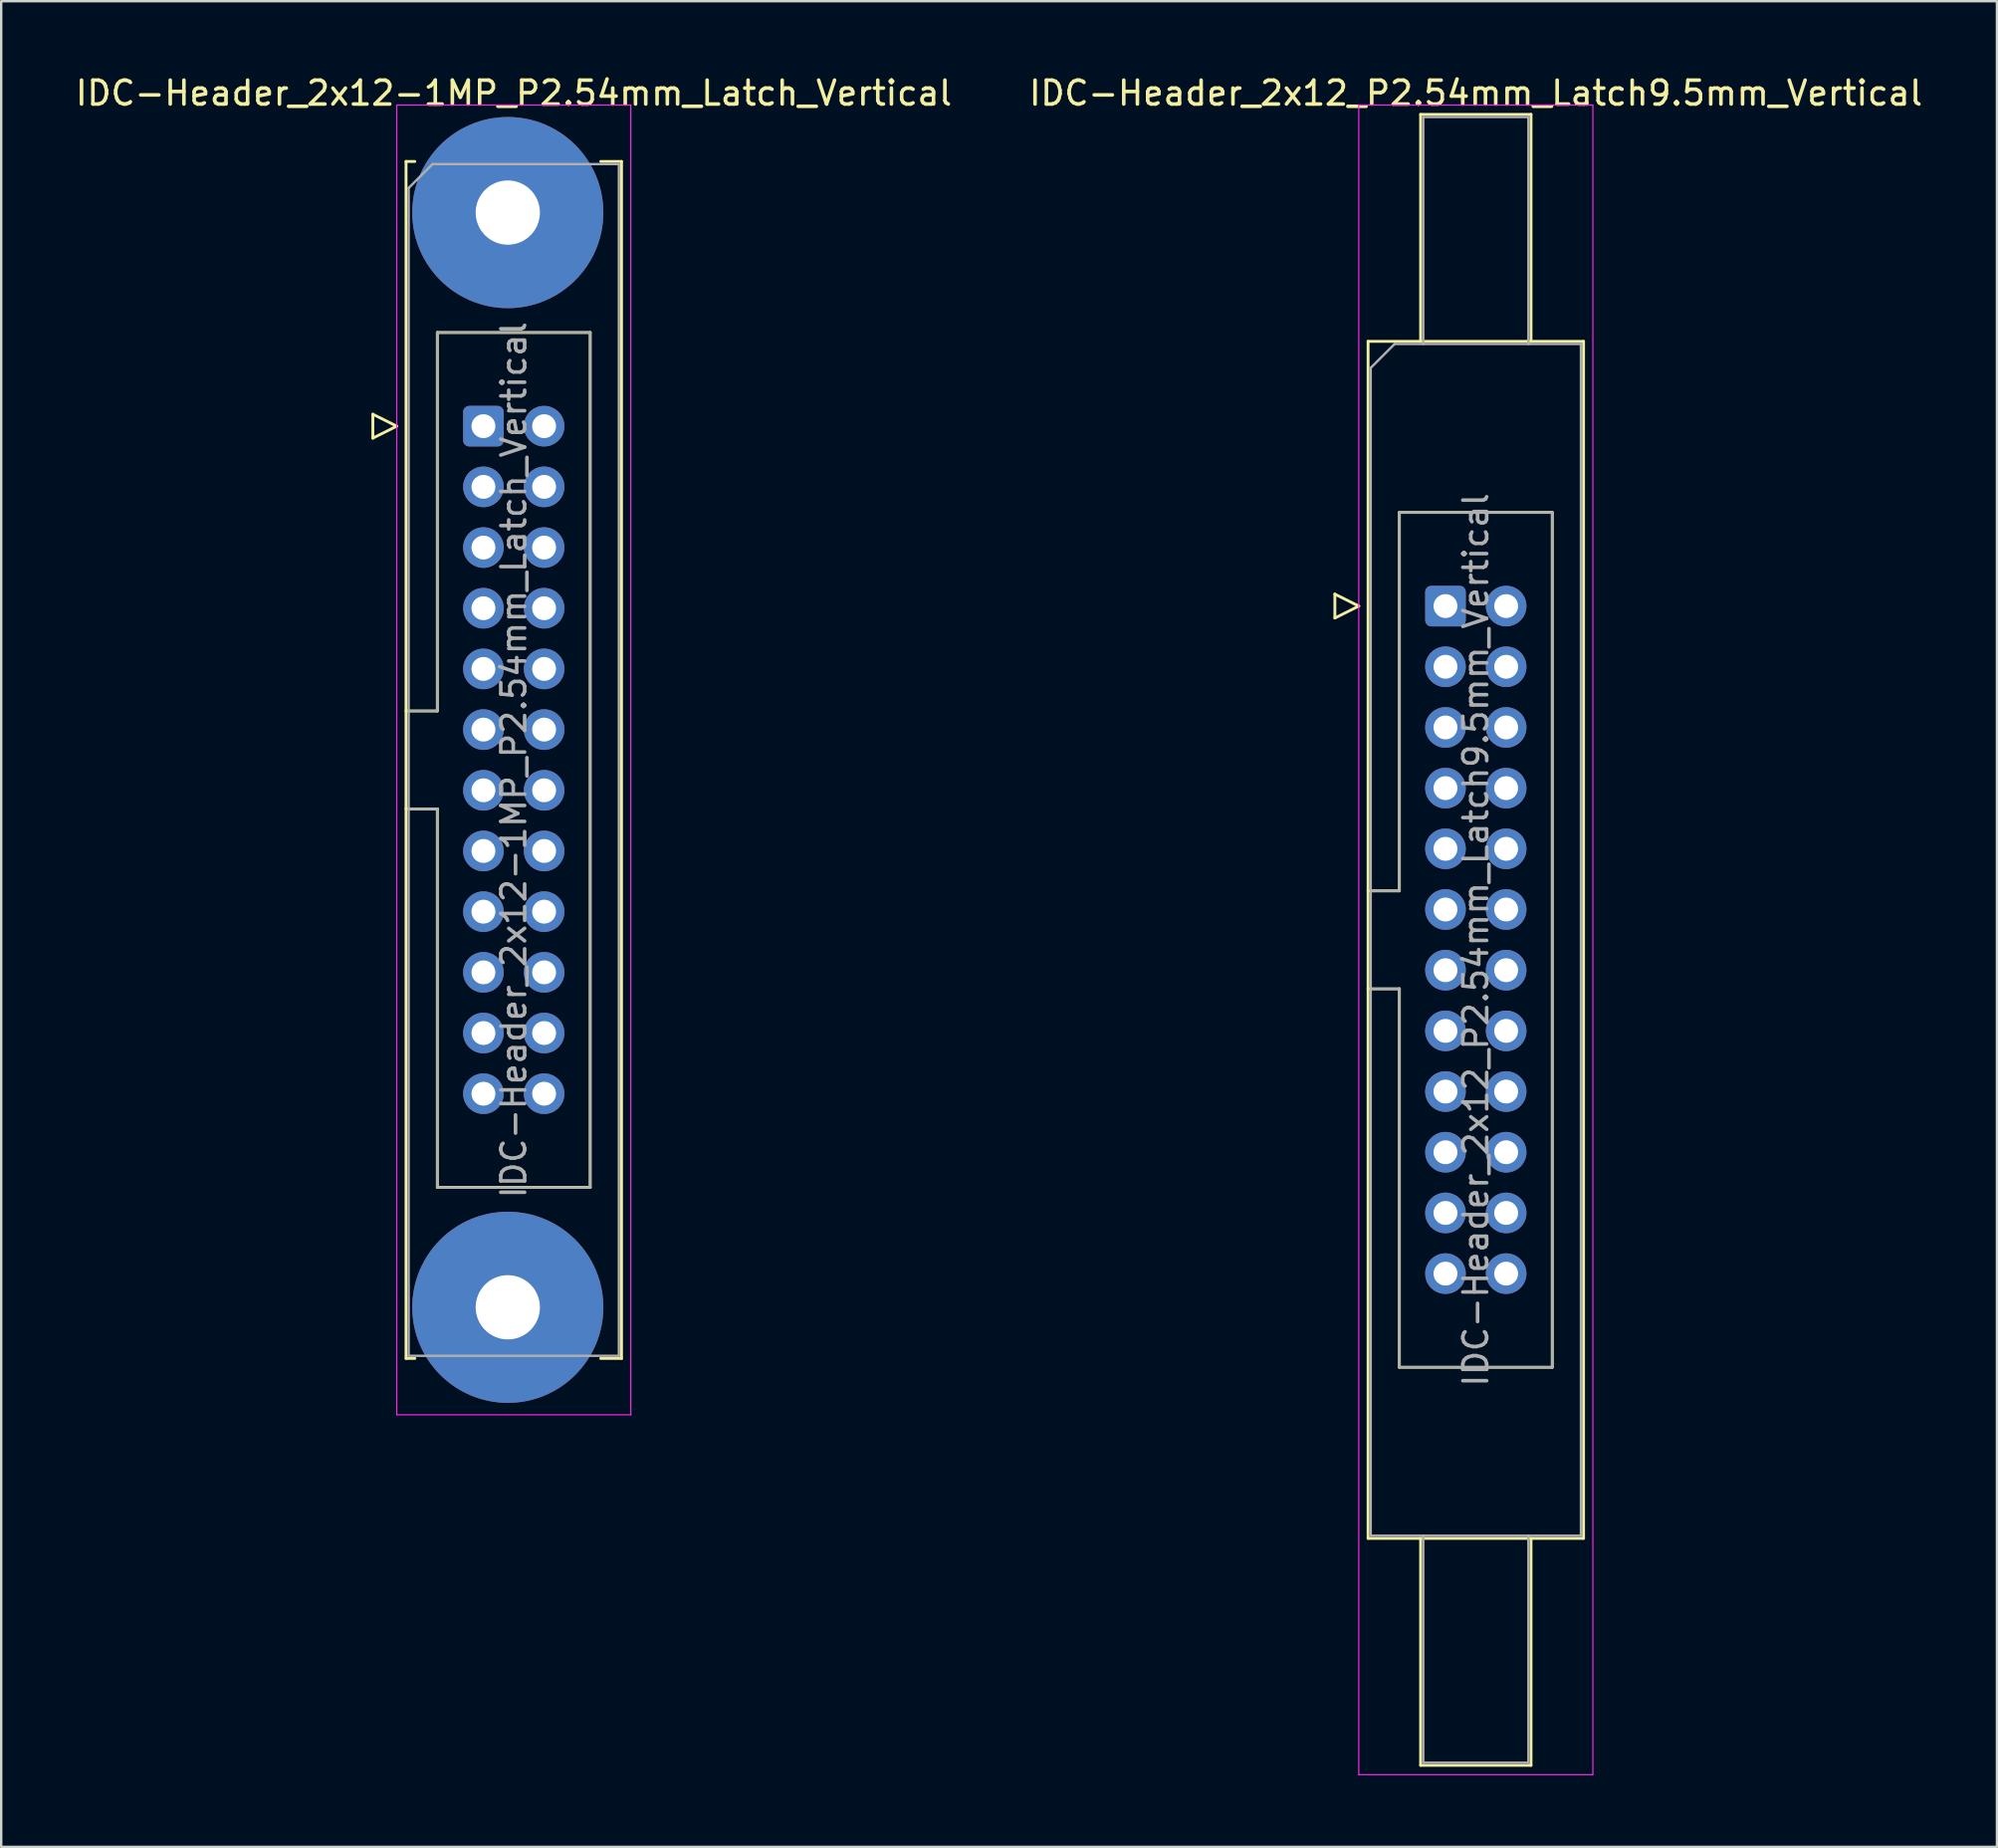
<source format=kicad_pcb>
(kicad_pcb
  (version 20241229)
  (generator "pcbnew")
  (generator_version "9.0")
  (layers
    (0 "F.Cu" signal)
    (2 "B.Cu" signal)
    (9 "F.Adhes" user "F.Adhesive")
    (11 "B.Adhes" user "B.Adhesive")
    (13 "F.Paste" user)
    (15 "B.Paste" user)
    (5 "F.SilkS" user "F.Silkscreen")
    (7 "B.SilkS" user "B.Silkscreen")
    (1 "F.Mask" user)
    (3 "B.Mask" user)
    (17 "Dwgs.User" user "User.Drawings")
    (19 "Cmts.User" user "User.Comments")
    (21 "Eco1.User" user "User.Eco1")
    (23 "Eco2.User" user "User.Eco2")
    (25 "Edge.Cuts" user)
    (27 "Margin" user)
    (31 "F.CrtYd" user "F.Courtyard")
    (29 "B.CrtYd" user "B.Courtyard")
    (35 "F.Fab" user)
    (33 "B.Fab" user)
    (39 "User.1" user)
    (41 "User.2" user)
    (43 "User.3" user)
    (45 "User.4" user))
  (footprint "IDC-Header_2x12-1MP_P2.54mm_Latch_Vertical"
    (layer "F.Cu")
    (at 17.188 14.788)
    (property "Reference" "IDC-Header_2x12-1MP_P2.54mm_Latch_Vertical" (at 1.27 -13.94 0) (layer "F.SilkS") (effects (font (size 1 1) (thickness 0.15))))
    (attr through_hole)
    (fp_line (start -4.63 -0.5) (end -4.63 0.5) (stroke (width 0.12) (type solid)) (layer "F.SilkS"))
    (fp_line (start -4.63 0.5) (end -3.63 0) (stroke (width 0.12) (type solid)) (layer "F.SilkS"))
    (fp_line (start -3.63 0) (end -4.63 -0.5) (stroke (width 0.12) (type solid)) (layer "F.SilkS"))
    (fp_line (start -3.24 -11.08) (end -3.24 39.02) (stroke (width 0.12) (type solid)) (layer "F.SilkS"))
    (fp_line (start -3.24 11.92) (end -1.93 11.92) (stroke (width 0.12) (type solid)) (layer "F.SilkS"))
    (fp_line (start -3.24 39.02) (end -2.87 39.02) (stroke (width 0.12) (type solid)) (layer "F.SilkS"))
    (fp_line (start -2.87 -11.08) (end -3.24 -11.08) (stroke (width 0.12) (type solid)) (layer "F.SilkS"))
    (fp_line (start -1.93 -3.92) (end 4.47 -3.92) (stroke (width 0.12) (type solid)) (layer "F.SilkS"))
    (fp_line (start -1.93 11.92) (end -1.93 -3.92) (stroke (width 0.12) (type solid)) (layer "F.SilkS"))
    (fp_line (start -1.93 16.02) (end -3.24 16.02) (stroke (width 0.12) (type solid)) (layer "F.SilkS"))
    (fp_line (start -1.93 16.02) (end -1.93 16.02) (stroke (width 0.12) (type solid)) (layer "F.SilkS"))
    (fp_line (start -1.93 31.86) (end -1.93 16.02) (stroke (width 0.12) (type solid)) (layer "F.SilkS"))
    (fp_line (start 4.47 -3.92) (end 4.47 31.86) (stroke (width 0.12) (type solid)) (layer "F.SilkS"))
    (fp_line (start 4.47 31.86) (end -1.93 31.86) (stroke (width 0.12) (type solid)) (layer "F.SilkS"))
    (fp_line (start 4.91 -11.08) (end 5.78 -11.08) (stroke (width 0.12) (type solid)) (layer "F.SilkS"))
    (fp_line (start 5.78 -11.08) (end 5.78 39.02) (stroke (width 0.12) (type solid)) (layer "F.SilkS"))
    (fp_line (start 5.78 39.02) (end 4.91 39.02) (stroke (width 0.12) (type solid)) (layer "F.SilkS"))
    (fp_line (start -3.63 -13.44) (end -3.63 41.38) (stroke (width 0.05) (type solid)) (layer "F.CrtYd"))
    (fp_line (start -3.63 41.38) (end 6.17 41.38) (stroke (width 0.05) (type solid)) (layer "F.CrtYd"))
    (fp_line (start 6.17 -13.44) (end -3.63 -13.44) (stroke (width 0.05) (type solid)) (layer "F.CrtYd"))
    (fp_line (start 6.17 41.38) (end 6.17 -13.44) (stroke (width 0.05) (type solid)) (layer "F.CrtYd"))
    (fp_line (start -3.13 -9.97) (end -2.13 -10.97) (stroke (width 0.1) (type solid)) (layer "F.Fab"))
    (fp_line (start -3.13 11.92) (end -1.93 11.92) (stroke (width 0.1) (type solid)) (layer "F.Fab"))
    (fp_line (start -3.13 38.91) (end -3.13 -9.97) (stroke (width 0.1) (type solid)) (layer "F.Fab"))
    (fp_line (start -2.13 -10.97) (end 5.67 -10.97) (stroke (width 0.1) (type solid)) (layer "F.Fab"))
    (fp_line (start -1.93 -3.92) (end 4.47 -3.92) (stroke (width 0.1) (type solid)) (layer "F.Fab"))
    (fp_line (start -1.93 11.92) (end -1.93 -3.92) (stroke (width 0.1) (type solid)) (layer "F.Fab"))
    (fp_line (start -1.93 16.02) (end -3.13 16.02) (stroke (width 0.1) (type solid)) (layer "F.Fab"))
    (fp_line (start -1.93 16.02) (end -1.93 16.02) (stroke (width 0.1) (type solid)) (layer "F.Fab"))
    (fp_line (start -1.93 31.86) (end -1.93 16.02) (stroke (width 0.1) (type solid)) (layer "F.Fab"))
    (fp_line (start 4.47 -3.92) (end 4.47 31.86) (stroke (width 0.1) (type solid)) (layer "F.Fab"))
    (fp_line (start 4.47 31.86) (end -1.93 31.86) (stroke (width 0.1) (type solid)) (layer "F.Fab"))
    (fp_line (start 5.67 -10.97) (end 5.67 38.91) (stroke (width 0.1) (type solid)) (layer "F.Fab"))
    (fp_line (start 5.67 38.91) (end -3.13 38.91) (stroke (width 0.1) (type solid)) (layer "F.Fab"))
    (fp_text user "${REFERENCE}" (at 1.27 13.97 90) (layer "F.Fab") (effects (font (size 1 1) (thickness 0.15))))
    (pad "1" thru_hole roundrect (at 0 0) (size 1.7 1.7) (drill 1) (layers "*.Cu" "*.Mask") (roundrect_rratio 0.147))
    (pad "2" thru_hole circle (at 2.54 0) (size 1.7 1.7) (drill 1) (layers "*.Cu" "*.Mask"))
    (pad "3" thru_hole circle (at 0 2.54) (size 1.7 1.7) (drill 1) (layers "*.Cu" "*.Mask"))
    (pad "4" thru_hole circle (at 2.54 2.54) (size 1.7 1.7) (drill 1) (layers "*.Cu" "*.Mask"))
    (pad "5" thru_hole circle (at 0 5.08) (size 1.7 1.7) (drill 1) (layers "*.Cu" "*.Mask"))
    (pad "6" thru_hole circle (at 2.54 5.08) (size 1.7 1.7) (drill 1) (layers "*.Cu" "*.Mask"))
    (pad "7" thru_hole circle (at 0 7.62) (size 1.7 1.7) (drill 1) (layers "*.Cu" "*.Mask"))
    (pad "8" thru_hole circle (at 2.54 7.62) (size 1.7 1.7) (drill 1) (layers "*.Cu" "*.Mask"))
    (pad "9" thru_hole circle (at 0 10.16) (size 1.7 1.7) (drill 1) (layers "*.Cu" "*.Mask"))
    (pad "10" thru_hole circle (at 2.54 10.16) (size 1.7 1.7) (drill 1) (layers "*.Cu" "*.Mask"))
    (pad "11" thru_hole circle (at 0 12.7) (size 1.7 1.7) (drill 1) (layers "*.Cu" "*.Mask"))
    (pad "12" thru_hole circle (at 2.54 12.7) (size 1.7 1.7) (drill 1) (layers "*.Cu" "*.Mask"))
    (pad "13" thru_hole circle (at 0 15.24) (size 1.7 1.7) (drill 1) (layers "*.Cu" "*.Mask"))
    (pad "14" thru_hole circle (at 2.54 15.24) (size 1.7 1.7) (drill 1) (layers "*.Cu" "*.Mask"))
    (pad "15" thru_hole circle (at 0 17.78) (size 1.7 1.7) (drill 1) (layers "*.Cu" "*.Mask"))
    (pad "16" thru_hole circle (at 2.54 17.78) (size 1.7 1.7) (drill 1) (layers "*.Cu" "*.Mask"))
    (pad "17" thru_hole circle (at 0 20.32) (size 1.7 1.7) (drill 1) (layers "*.Cu" "*.Mask"))
    (pad "18" thru_hole circle (at 2.54 20.32) (size 1.7 1.7) (drill 1) (layers "*.Cu" "*.Mask"))
    (pad "19" thru_hole circle (at 0 22.86) (size 1.7 1.7) (drill 1) (layers "*.Cu" "*.Mask"))
    (pad "20" thru_hole circle (at 2.54 22.86) (size 1.7 1.7) (drill 1) (layers "*.Cu" "*.Mask"))
    (pad "21" thru_hole circle (at 0 25.4) (size 1.7 1.7) (drill 1) (layers "*.Cu" "*.Mask"))
    (pad "22" thru_hole circle (at 2.54 25.4) (size 1.7 1.7) (drill 1) (layers "*.Cu" "*.Mask"))
    (pad "23" thru_hole circle (at 0 27.94) (size 1.7 1.7) (drill 1) (layers "*.Cu" "*.Mask"))
    (pad "24" thru_hole circle (at 2.54 27.94) (size 1.7 1.7) (drill 1) (layers "*.Cu" "*.Mask"))
    (pad "MP" thru_hole circle (at 1.02 -8.94) (size 8 8) (drill 2.69) (layers "*.Cu" "*.Mask"))
    (pad "MP" thru_hole circle (at 1.02 36.88) (size 8 8) (drill 2.69) (layers "*.Cu" "*.Mask")))
  (footprint "IDC-Header_2x12_P2.54mm_Latch9.5mm_Vertical"
    (layer "F.Cu")
    (at 57.462 22.318)
    (property "Reference" "IDC-Header_2x12_P2.54mm_Latch9.5mm_Vertical" (at 1.27 -21.47 0) (layer "F.SilkS") (effects (font (size 1 1) (thickness 0.15))))
    (attr through_hole)
    (fp_line (start -4.63 -0.5) (end -4.63 0.5) (stroke (width 0.12) (type solid)) (layer "F.SilkS"))
    (fp_line (start -4.63 0.5) (end -3.63 0) (stroke (width 0.12) (type solid)) (layer "F.SilkS"))
    (fp_line (start -3.63 0) (end -4.63 -0.5) (stroke (width 0.12) (type solid)) (layer "F.SilkS"))
    (fp_line (start -3.24 -11.08) (end 5.78 -11.08) (stroke (width 0.12) (type solid)) (layer "F.SilkS"))
    (fp_line (start -3.24 11.92) (end -1.93 11.92) (stroke (width 0.12) (type solid)) (layer "F.SilkS"))
    (fp_line (start -3.24 39.02) (end -3.24 -11.08) (stroke (width 0.12) (type solid)) (layer "F.SilkS"))
    (fp_line (start -1.93 -3.92) (end 4.47 -3.92) (stroke (width 0.12) (type solid)) (layer "F.SilkS"))
    (fp_line (start -1.93 11.92) (end -1.93 -3.92) (stroke (width 0.12) (type solid)) (layer "F.SilkS"))
    (fp_line (start -1.93 16.02) (end -3.24 16.02) (stroke (width 0.12) (type solid)) (layer "F.SilkS"))
    (fp_line (start -1.93 16.02) (end -1.93 16.02) (stroke (width 0.12) (type solid)) (layer "F.SilkS"))
    (fp_line (start -1.93 31.86) (end -1.93 16.02) (stroke (width 0.12) (type solid)) (layer "F.SilkS"))
    (fp_line (start -1.04 -20.58) (end 3.58 -20.58) (stroke (width 0.12) (type solid)) (layer "F.SilkS"))
    (fp_line (start -1.04 -11.08) (end -1.04 -20.58) (stroke (width 0.12) (type solid)) (layer "F.SilkS"))
    (fp_line (start -1.04 39.02) (end -1.04 48.52) (stroke (width 0.12) (type solid)) (layer "F.SilkS"))
    (fp_line (start -1.04 48.52) (end 3.58 48.52) (stroke (width 0.12) (type solid)) (layer "F.SilkS"))
    (fp_line (start 3.58 -20.58) (end 3.58 -11.08) (stroke (width 0.12) (type solid)) (layer "F.SilkS"))
    (fp_line (start 3.58 48.52) (end 3.58 39.02) (stroke (width 0.12) (type solid)) (layer "F.SilkS"))
    (fp_line (start 4.47 -3.92) (end 4.47 31.86) (stroke (width 0.12) (type solid)) (layer "F.SilkS"))
    (fp_line (start 4.47 31.86) (end -1.93 31.86) (stroke (width 0.12) (type solid)) (layer "F.SilkS"))
    (fp_line (start 5.78 -11.08) (end 5.78 39.02) (stroke (width 0.12) (type solid)) (layer "F.SilkS"))
    (fp_line (start 5.78 39.02) (end -3.24 39.02) (stroke (width 0.12) (type solid)) (layer "F.SilkS"))
    (fp_line (start -3.63 -20.97) (end -3.63 48.91) (stroke (width 0.05) (type solid)) (layer "F.CrtYd"))
    (fp_line (start -3.63 48.91) (end 6.17 48.91) (stroke (width 0.05) (type solid)) (layer "F.CrtYd"))
    (fp_line (start 6.17 -20.97) (end -3.63 -20.97) (stroke (width 0.05) (type solid)) (layer "F.CrtYd"))
    (fp_line (start 6.17 48.91) (end 6.17 -20.97) (stroke (width 0.05) (type solid)) (layer "F.CrtYd"))
    (fp_line (start -3.13 -9.97) (end -2.13 -10.97) (stroke (width 0.1) (type solid)) (layer "F.Fab"))
    (fp_line (start -3.13 11.92) (end -1.93 11.92) (stroke (width 0.1) (type solid)) (layer "F.Fab"))
    (fp_line (start -3.13 38.91) (end -3.13 -9.97) (stroke (width 0.1) (type solid)) (layer "F.Fab"))
    (fp_line (start -2.13 -10.97) (end 5.67 -10.97) (stroke (width 0.1) (type solid)) (layer "F.Fab"))
    (fp_line (start -1.93 -3.92) (end 4.47 -3.92) (stroke (width 0.1) (type solid)) (layer "F.Fab"))
    (fp_line (start -1.93 11.92) (end -1.93 -3.92) (stroke (width 0.1) (type solid)) (layer "F.Fab"))
    (fp_line (start -1.93 16.02) (end -3.13 16.02) (stroke (width 0.1) (type solid)) (layer "F.Fab"))
    (fp_line (start -1.93 16.02) (end -1.93 16.02) (stroke (width 0.1) (type solid)) (layer "F.Fab"))
    (fp_line (start -1.93 31.86) (end -1.93 16.02) (stroke (width 0.1) (type solid)) (layer "F.Fab"))
    (fp_line (start -0.93 -20.47) (end 3.47 -20.47) (stroke (width 0.1) (type solid)) (layer "F.Fab"))
    (fp_line (start -0.93 -10.97) (end -0.93 -20.47) (stroke (width 0.1) (type solid)) (layer "F.Fab"))
    (fp_line (start -0.93 38.91) (end -0.93 48.41) (stroke (width 0.1) (type solid)) (layer "F.Fab"))
    (fp_line (start -0.93 48.41) (end 3.47 48.41) (stroke (width 0.1) (type solid)) (layer "F.Fab"))
    (fp_line (start 3.47 -20.47) (end 3.47 -10.97) (stroke (width 0.1) (type solid)) (layer "F.Fab"))
    (fp_line (start 3.47 48.41) (end 3.47 38.91) (stroke (width 0.1) (type solid)) (layer "F.Fab"))
    (fp_line (start 4.47 -3.92) (end 4.47 31.86) (stroke (width 0.1) (type solid)) (layer "F.Fab"))
    (fp_line (start 4.47 31.86) (end -1.93 31.86) (stroke (width 0.1) (type solid)) (layer "F.Fab"))
    (fp_line (start 5.67 -10.97) (end 5.67 38.91) (stroke (width 0.1) (type solid)) (layer "F.Fab"))
    (fp_line (start 5.67 38.91) (end -3.13 38.91) (stroke (width 0.1) (type solid)) (layer "F.Fab"))
    (fp_text user "${REFERENCE}" (at 1.27 13.97 90) (layer "F.Fab") (effects (font (size 1 1) (thickness 0.15))))
    (pad "1" thru_hole roundrect (at 0 0) (size 1.7 1.7) (drill 1) (layers "*.Cu" "*.Mask") (roundrect_rratio 0.147))
    (pad "2" thru_hole circle (at 2.54 0) (size 1.7 1.7) (drill 1) (layers "*.Cu" "*.Mask"))
    (pad "3" thru_hole circle (at 0 2.54) (size 1.7 1.7) (drill 1) (layers "*.Cu" "*.Mask"))
    (pad "4" thru_hole circle (at 2.54 2.54) (size 1.7 1.7) (drill 1) (layers "*.Cu" "*.Mask"))
    (pad "5" thru_hole circle (at 0 5.08) (size 1.7 1.7) (drill 1) (layers "*.Cu" "*.Mask"))
    (pad "6" thru_hole circle (at 2.54 5.08) (size 1.7 1.7) (drill 1) (layers "*.Cu" "*.Mask"))
    (pad "7" thru_hole circle (at 0 7.62) (size 1.7 1.7) (drill 1) (layers "*.Cu" "*.Mask"))
    (pad "8" thru_hole circle (at 2.54 7.62) (size 1.7 1.7) (drill 1) (layers "*.Cu" "*.Mask"))
    (pad "9" thru_hole circle (at 0 10.16) (size 1.7 1.7) (drill 1) (layers "*.Cu" "*.Mask"))
    (pad "10" thru_hole circle (at 2.54 10.16) (size 1.7 1.7) (drill 1) (layers "*.Cu" "*.Mask"))
    (pad "11" thru_hole circle (at 0 12.7) (size 1.7 1.7) (drill 1) (layers "*.Cu" "*.Mask"))
    (pad "12" thru_hole circle (at 2.54 12.7) (size 1.7 1.7) (drill 1) (layers "*.Cu" "*.Mask"))
    (pad "13" thru_hole circle (at 0 15.24) (size 1.7 1.7) (drill 1) (layers "*.Cu" "*.Mask"))
    (pad "14" thru_hole circle (at 2.54 15.24) (size 1.7 1.7) (drill 1) (layers "*.Cu" "*.Mask"))
    (pad "15" thru_hole circle (at 0 17.78) (size 1.7 1.7) (drill 1) (layers "*.Cu" "*.Mask"))
    (pad "16" thru_hole circle (at 2.54 17.78) (size 1.7 1.7) (drill 1) (layers "*.Cu" "*.Mask"))
    (pad "17" thru_hole circle (at 0 20.32) (size 1.7 1.7) (drill 1) (layers "*.Cu" "*.Mask"))
    (pad "18" thru_hole circle (at 2.54 20.32) (size 1.7 1.7) (drill 1) (layers "*.Cu" "*.Mask"))
    (pad "19" thru_hole circle (at 0 22.86) (size 1.7 1.7) (drill 1) (layers "*.Cu" "*.Mask"))
    (pad "20" thru_hole circle (at 2.54 22.86) (size 1.7 1.7) (drill 1) (layers "*.Cu" "*.Mask"))
    (pad "21" thru_hole circle (at 0 25.4) (size 1.7 1.7) (drill 1) (layers "*.Cu" "*.Mask"))
    (pad "22" thru_hole circle (at 2.54 25.4) (size 1.7 1.7) (drill 1) (layers "*.Cu" "*.Mask"))
    (pad "23" thru_hole circle (at 0 27.94) (size 1.7 1.7) (drill 1) (layers "*.Cu" "*.Mask"))
    (pad "24" thru_hole circle (at 2.54 27.94) (size 1.7 1.7) (drill 1) (layers "*.Cu" "*.Mask")))
  (gr_rect
    (start -3 -3)
    (end 80.548 74.253)
    (stroke (width 0.1) (type default))
    (fill no)
    (layer "Edge.Cuts")))
</source>
